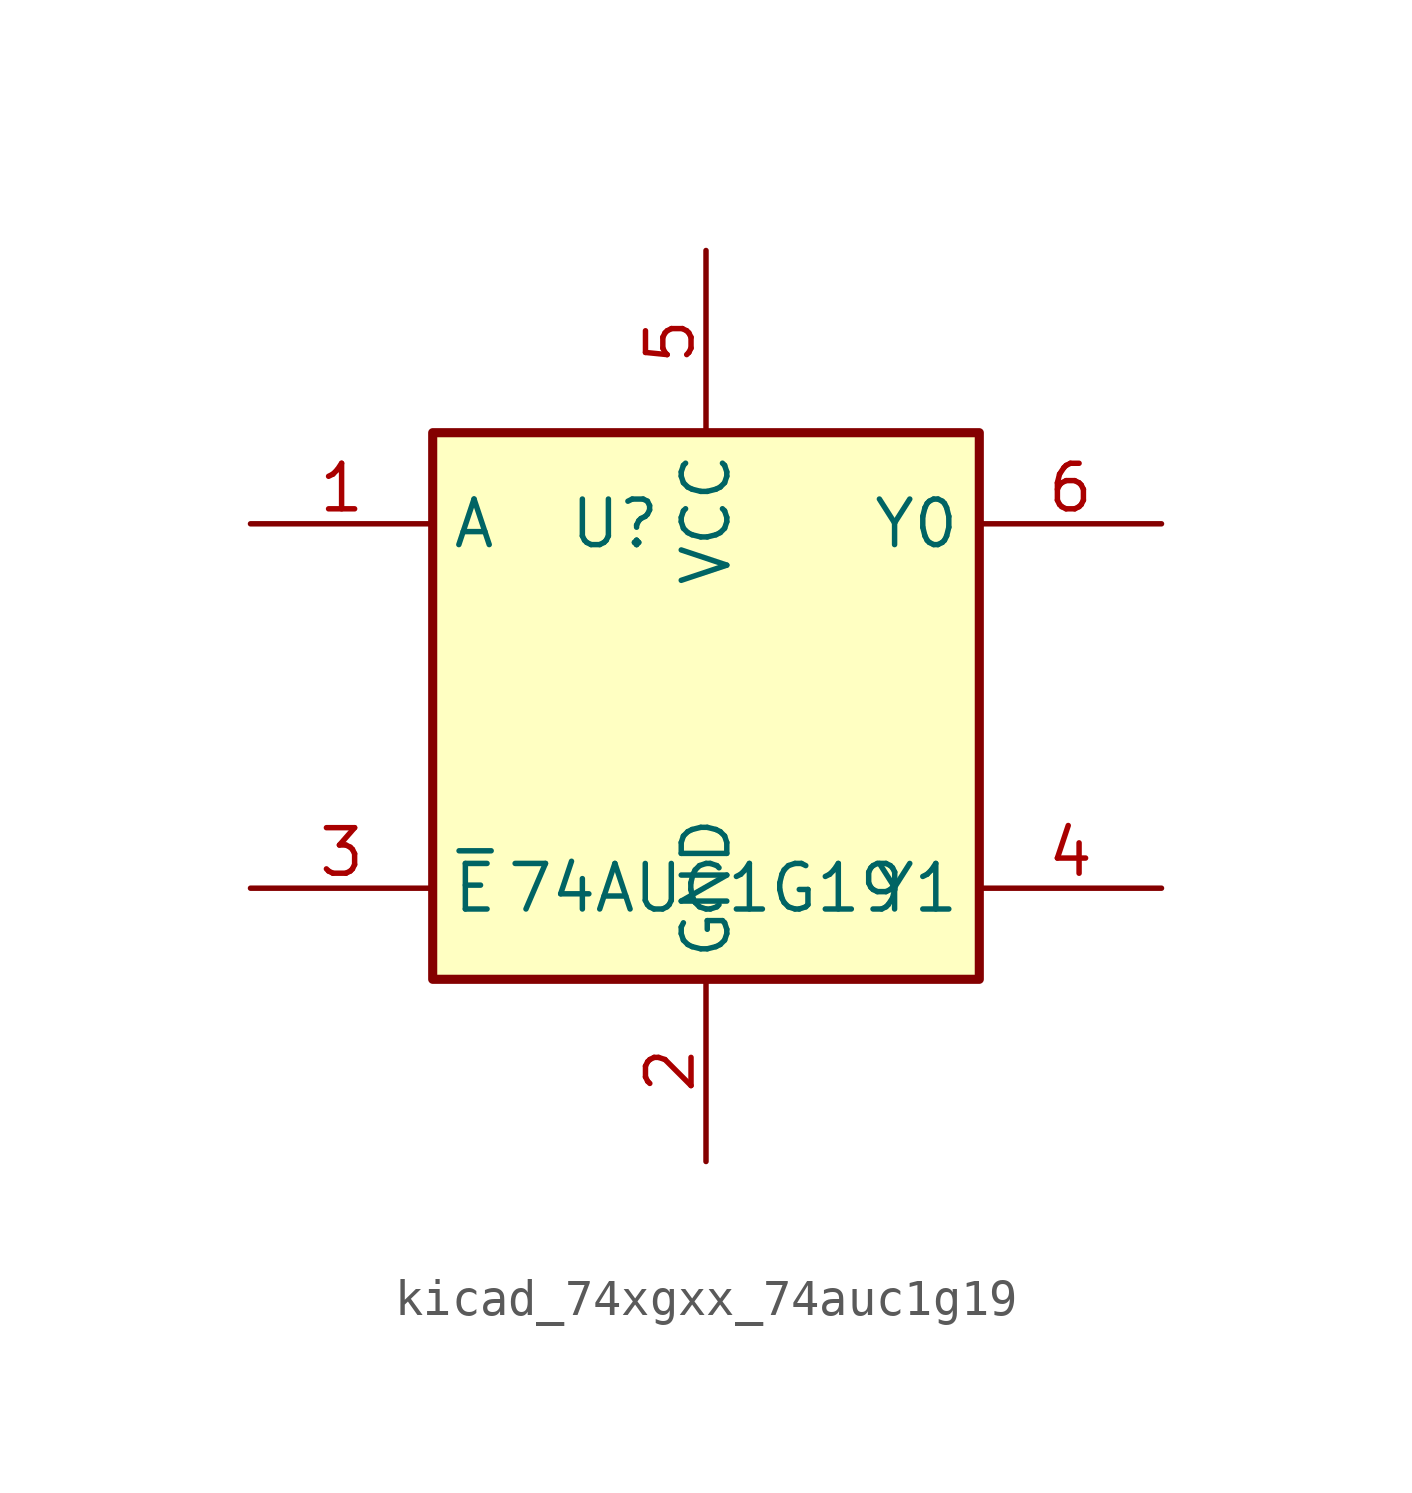
<source format=kicad_sym>
(kicad_symbol_lib
  (version 20220914)
  (generator kicad_symbol_editor)
  (symbol "kicad_74xgxx_74auc1g19"
    (property "Reference" "U"
      (at -2.54 5.08 0)
      (effects (font (size 1.27 1.27))))
    (property "Value" "74AUC1G19"
      (at 0 -5.08 0)
      (effects (font (size 1.27 1.27))))
    (symbol "kicad_74xgxx_74auc1g19_0_1"
      (rectangle (start -7.62 7.62) (end 7.62 -7.62) (stroke (width 0.254) (type default)) (fill (type background))))
    (symbol "kicad_74xgxx_74auc1g19_1_1"
      (pin input line (at -12.7 5.08 0) (length 5.08) (name "A" (effects (font (size 1.27 1.27)))) (number "1" (effects (font (size 1.27 1.27)))))
      (pin power_in line (at 0 -12.7 90) (length 5.08) (name "GND" (effects (font (size 1.27 1.27)))) (number "2" (effects (font (size 1.27 1.27)))))
      (pin input line (at -12.7 -5.08 0) (length 5.08) (name "~{E}" (effects (font (size 1.27 1.27)))) (number "3" (effects (font (size 1.27 1.27)))))
      (pin output line (at 12.7 -5.08 180) (length 5.08) (name "Y1" (effects (font (size 1.27 1.27)))) (number "4" (effects (font (size 1.27 1.27)))))
      (pin power_in line (at 0 12.7 270) (length 5.08) (name "VCC" (effects (font (size 1.27 1.27)))) (number "5" (effects (font (size 1.27 1.27)))))
      (pin output line (at 12.7 5.08 180) (length 5.08) (name "Y0" (effects (font (size 1.27 1.27)))) (number "6" (effects (font (size 1.27 1.27))))))))
</source>
